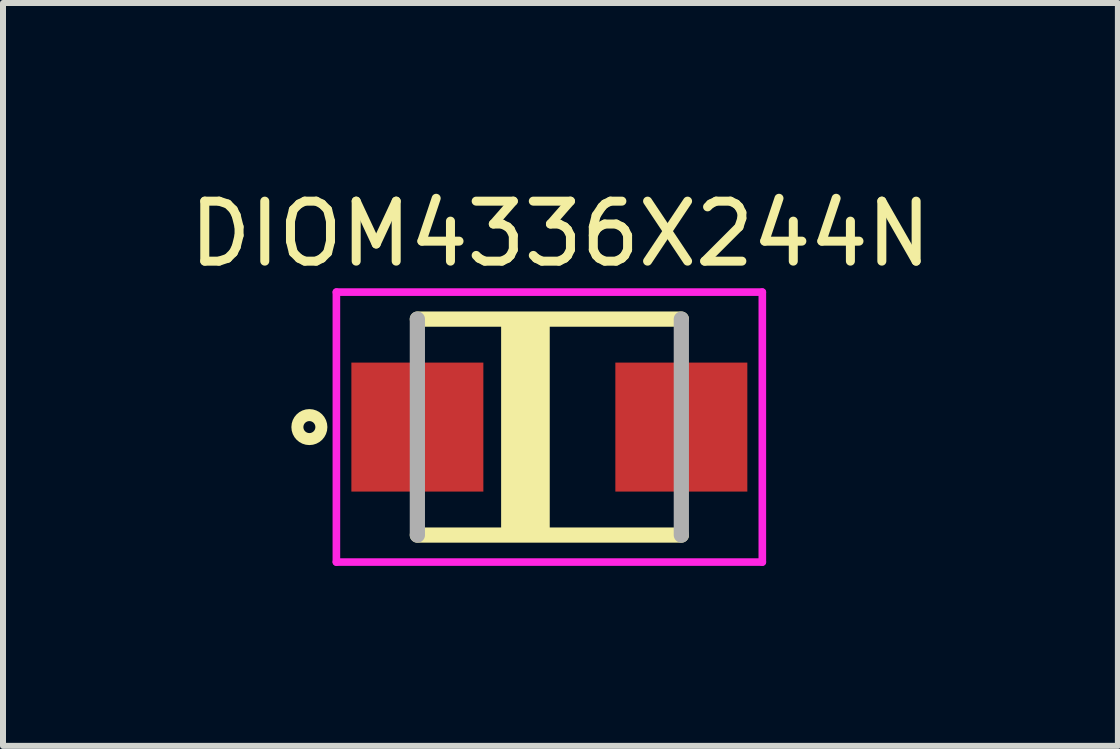
<source format=kicad_pcb>
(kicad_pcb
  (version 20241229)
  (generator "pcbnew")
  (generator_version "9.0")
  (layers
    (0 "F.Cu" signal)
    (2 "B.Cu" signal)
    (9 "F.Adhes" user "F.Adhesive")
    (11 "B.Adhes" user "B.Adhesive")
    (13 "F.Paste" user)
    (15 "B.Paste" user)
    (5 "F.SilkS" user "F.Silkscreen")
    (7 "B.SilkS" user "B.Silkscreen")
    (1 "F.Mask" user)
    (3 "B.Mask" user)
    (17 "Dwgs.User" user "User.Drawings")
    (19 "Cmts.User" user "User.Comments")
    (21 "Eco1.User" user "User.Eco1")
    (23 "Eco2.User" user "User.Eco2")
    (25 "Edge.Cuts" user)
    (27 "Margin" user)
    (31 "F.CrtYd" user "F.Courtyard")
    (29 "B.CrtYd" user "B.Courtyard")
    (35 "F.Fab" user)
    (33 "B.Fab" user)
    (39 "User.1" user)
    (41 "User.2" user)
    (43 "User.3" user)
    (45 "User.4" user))
  (footprint "DIOM4336X244N"
    (layer "F.Cu")
    (at 6.107 4.069)
    (property "Reference" "DIOM4336X244N" (at 0.185 -3.221 0) (layer "F.SilkS") (effects (font (size 1 1) (thickness 0.15))))
    (attr smd)
    (fp_line (start -2.2 -1.8) (end 2.2 -1.8) (stroke (width 0.254) (type solid)) (layer "F.SilkS"))
    (fp_line (start 2.2 1.8) (end -2.2 1.8) (stroke (width 0.254) (type solid)) (layer "F.SilkS"))
    (fp_circle (center -4 0) (end -3.8 0) (stroke (width 0.2) (type solid)) (fill no) (layer "F.SilkS"))
    (fp_poly (pts (xy -0.801 -1.8) (xy 0 -1.8) (xy 0 1.802) (xy -0.801 1.802)) (stroke (width 0.01) (type solid)) (fill yes) (layer "F.SilkS"))
    (fp_line (start -3.55 -2.25) (end 3.55 -2.25) (stroke (width 0.127) (type solid)) (layer "F.CrtYd"))
    (fp_line (start -3.55 2.25) (end -3.55 -2.25) (stroke (width 0.127) (type solid)) (layer "F.CrtYd"))
    (fp_line (start 3.55 -2.25) (end 3.55 2.25) (stroke (width 0.127) (type solid)) (layer "F.CrtYd"))
    (fp_line (start 3.55 2.25) (end -3.55 2.25) (stroke (width 0.127) (type solid)) (layer "F.CrtYd"))
    (fp_line (start -2.2 1.8) (end -2.2 -1.8) (stroke (width 0.254) (type solid)) (layer "F.Fab"))
    (fp_line (start 2.2 -1.8) (end 2.2 1.8) (stroke (width 0.254) (type solid)) (layer "F.Fab"))
    (pad "A" smd rect (at 2.2 0) (size 2.2 2.15) (layers "F.Cu" "F.Mask" "F.Paste"))
    (pad "C" smd rect (at -2.2 0) (size 2.2 2.15) (layers "F.Cu" "F.Mask" "F.Paste")))
  (gr_rect
    (start -3 -3)
    (end 15.584 9.383)
    (stroke (width 0.1) (type default))
    (fill no)
    (layer "Edge.Cuts")))
</source>
